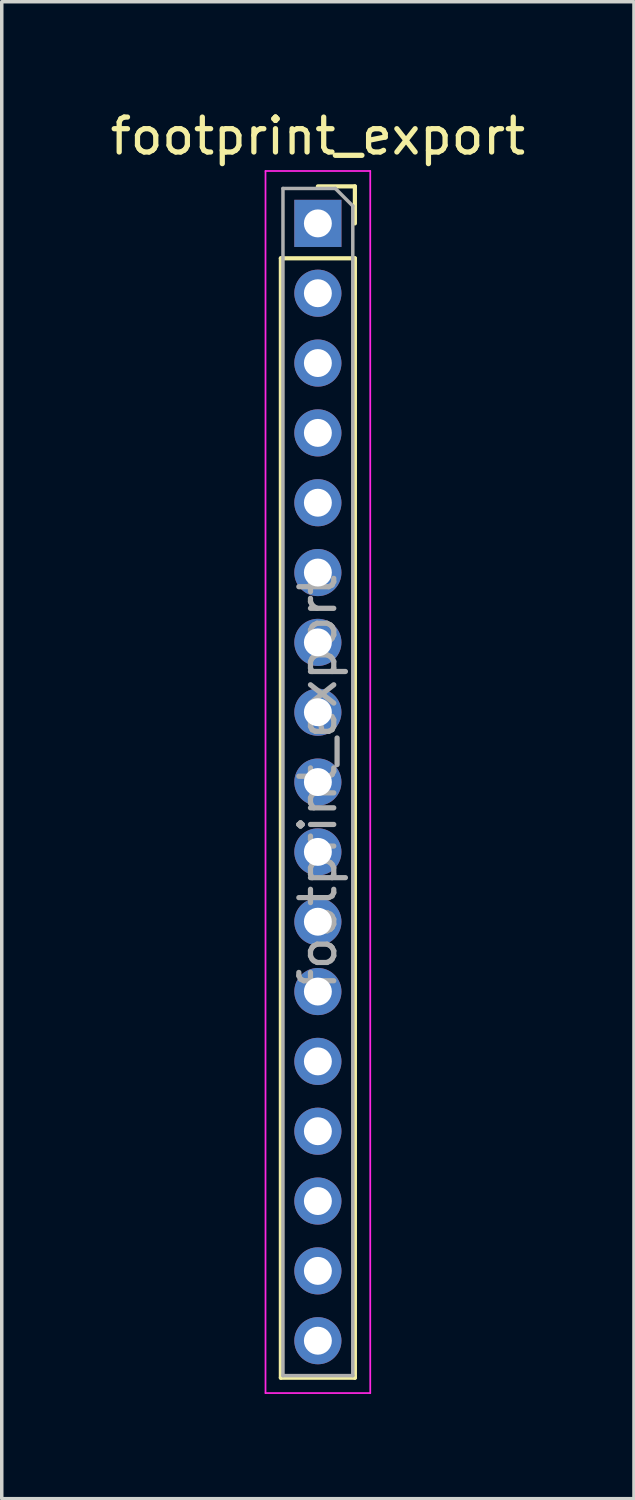
<source format=kicad_pcb>
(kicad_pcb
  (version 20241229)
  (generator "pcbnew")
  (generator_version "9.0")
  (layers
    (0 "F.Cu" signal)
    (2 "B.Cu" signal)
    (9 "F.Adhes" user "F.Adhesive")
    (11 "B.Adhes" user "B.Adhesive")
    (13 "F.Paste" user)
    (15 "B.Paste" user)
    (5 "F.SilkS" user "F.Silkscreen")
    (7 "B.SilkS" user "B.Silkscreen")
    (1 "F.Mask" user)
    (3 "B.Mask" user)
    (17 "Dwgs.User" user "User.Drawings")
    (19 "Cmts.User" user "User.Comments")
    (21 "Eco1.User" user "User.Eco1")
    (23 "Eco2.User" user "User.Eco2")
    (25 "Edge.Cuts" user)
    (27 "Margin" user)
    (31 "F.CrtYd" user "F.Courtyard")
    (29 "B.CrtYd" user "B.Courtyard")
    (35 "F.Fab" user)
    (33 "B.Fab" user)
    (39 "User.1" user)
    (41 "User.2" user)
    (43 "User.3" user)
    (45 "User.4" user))
  (footprint "footprint_export"
    (layer "F.Cu")
    (at 6.054 3.348)
    (property "Reference" "footprint_export" (at 0 -2.5 0) (layer "F.SilkS") (effects (font (size 1 1) (thickness 0.15))))
    (attr through_hole)
    (fp_line (start -1.06 1) (end -1.06 33.06) (stroke (width 0.12) (type solid)) (layer "F.SilkS"))
    (fp_line (start -1.06 1) (end 1.06 1) (stroke (width 0.12) (type solid)) (layer "F.SilkS"))
    (fp_line (start -1.06 33.06) (end 1.06 33.06) (stroke (width 0.12) (type solid)) (layer "F.SilkS"))
    (fp_line (start 0 -1.06) (end 1.06 -1.06) (stroke (width 0.12) (type solid)) (layer "F.SilkS"))
    (fp_line (start 1.06 -1.06) (end 1.06 0) (stroke (width 0.12) (type solid)) (layer "F.SilkS"))
    (fp_line (start 1.06 1) (end 1.06 33.06) (stroke (width 0.12) (type solid)) (layer "F.SilkS"))
    (fp_line (start -1.5 -1.5) (end 1.5 -1.5) (stroke (width 0.05) (type solid)) (layer "F.CrtYd"))
    (fp_line (start -1.5 33.5) (end -1.5 -1.5) (stroke (width 0.05) (type solid)) (layer "F.CrtYd"))
    (fp_line (start 1.5 -1.5) (end 1.5 33.5) (stroke (width 0.05) (type solid)) (layer "F.CrtYd"))
    (fp_line (start 1.5 33.5) (end -1.5 33.5) (stroke (width 0.05) (type solid)) (layer "F.CrtYd"))
    (fp_line (start -1 -1) (end 0.5 -1) (stroke (width 0.1) (type solid)) (layer "F.Fab"))
    (fp_line (start -1 33) (end -1 -1) (stroke (width 0.1) (type solid)) (layer "F.Fab"))
    (fp_line (start 0.5 -1) (end 1 -0.5) (stroke (width 0.1) (type solid)) (layer "F.Fab"))
    (fp_line (start 1 -0.5) (end 1 33) (stroke (width 0.1) (type solid)) (layer "F.Fab"))
    (fp_line (start 1 33) (end -1 33) (stroke (width 0.1) (type solid)) (layer "F.Fab"))
    (fp_text user "${REFERENCE}" (at 0 16 90) (layer "F.Fab") (effects (font (size 1 1) (thickness 0.15))))
    (pad "1" thru_hole rect (at 0 0) (size 1.35 1.35) (drill 0.8) (layers "*.Cu" "*.Mask"))
    (pad "2" thru_hole oval (at 0 2) (size 1.35 1.35) (drill 0.8) (layers "*.Cu" "*.Mask"))
    (pad "3" thru_hole oval (at 0 4) (size 1.35 1.35) (drill 0.8) (layers "*.Cu" "*.Mask"))
    (pad "4" thru_hole oval (at 0 6) (size 1.35 1.35) (drill 0.8) (layers "*.Cu" "*.Mask"))
    (pad "5" thru_hole oval (at 0 8) (size 1.35 1.35) (drill 0.8) (layers "*.Cu" "*.Mask"))
    (pad "6" thru_hole oval (at 0 10) (size 1.35 1.35) (drill 0.8) (layers "*.Cu" "*.Mask"))
    (pad "7" thru_hole oval (at 0 12) (size 1.35 1.35) (drill 0.8) (layers "*.Cu" "*.Mask"))
    (pad "8" thru_hole oval (at 0 14) (size 1.35 1.35) (drill 0.8) (layers "*.Cu" "*.Mask"))
    (pad "9" thru_hole oval (at 0 16) (size 1.35 1.35) (drill 0.8) (layers "*.Cu" "*.Mask"))
    (pad "10" thru_hole oval (at 0 18) (size 1.35 1.35) (drill 0.8) (layers "*.Cu" "*.Mask"))
    (pad "11" thru_hole oval (at 0 20) (size 1.35 1.35) (drill 0.8) (layers "*.Cu" "*.Mask"))
    (pad "12" thru_hole oval (at 0 22) (size 1.35 1.35) (drill 0.8) (layers "*.Cu" "*.Mask"))
    (pad "13" thru_hole oval (at 0 24) (size 1.35 1.35) (drill 0.8) (layers "*.Cu" "*.Mask"))
    (pad "14" thru_hole oval (at 0 26) (size 1.35 1.35) (drill 0.8) (layers "*.Cu" "*.Mask"))
    (pad "15" thru_hole oval (at 0 28) (size 1.35 1.35) (drill 0.8) (layers "*.Cu" "*.Mask"))
    (pad "16" thru_hole oval (at 0 30) (size 1.35 1.35) (drill 0.8) (layers "*.Cu" "*.Mask"))
    (pad "17" thru_hole oval (at 0 32) (size 1.35 1.35) (drill 0.8) (layers "*.Cu" "*.Mask")))
  (gr_rect
    (start -3 -3)
    (end 15.107 39.873)
    (stroke (width 0.1) (type default))
    (fill no)
    (layer "Edge.Cuts")))
</source>
